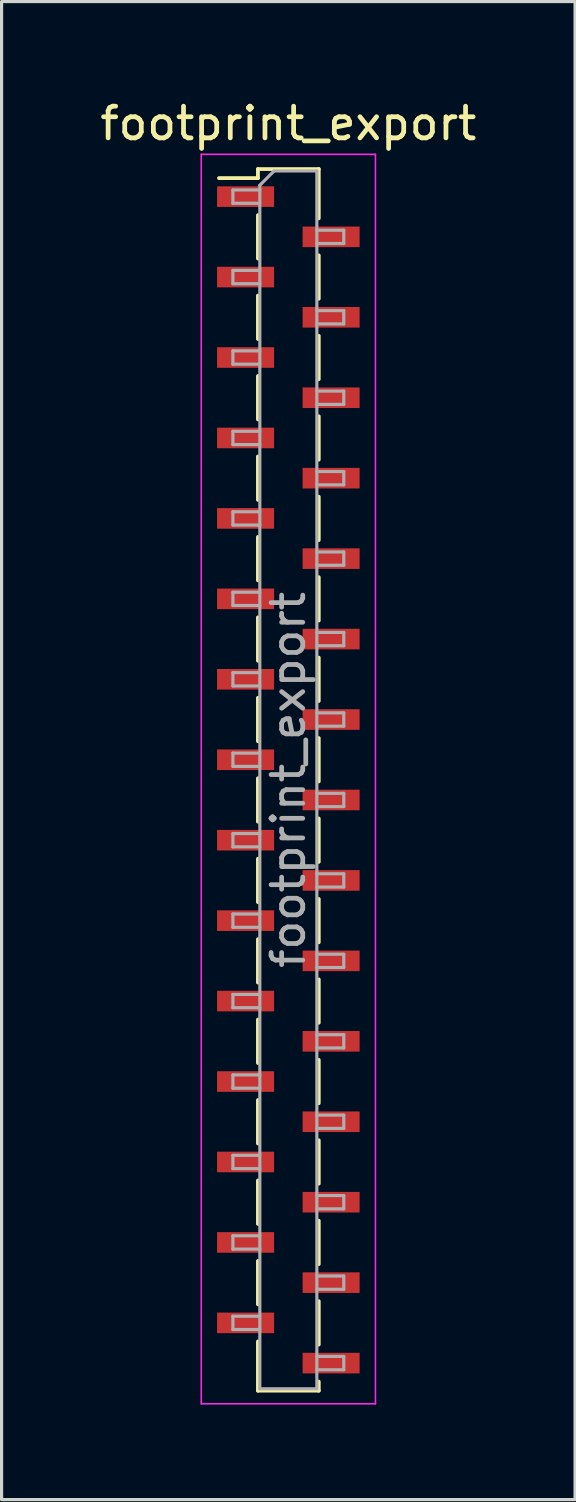
<source format=kicad_pcb>
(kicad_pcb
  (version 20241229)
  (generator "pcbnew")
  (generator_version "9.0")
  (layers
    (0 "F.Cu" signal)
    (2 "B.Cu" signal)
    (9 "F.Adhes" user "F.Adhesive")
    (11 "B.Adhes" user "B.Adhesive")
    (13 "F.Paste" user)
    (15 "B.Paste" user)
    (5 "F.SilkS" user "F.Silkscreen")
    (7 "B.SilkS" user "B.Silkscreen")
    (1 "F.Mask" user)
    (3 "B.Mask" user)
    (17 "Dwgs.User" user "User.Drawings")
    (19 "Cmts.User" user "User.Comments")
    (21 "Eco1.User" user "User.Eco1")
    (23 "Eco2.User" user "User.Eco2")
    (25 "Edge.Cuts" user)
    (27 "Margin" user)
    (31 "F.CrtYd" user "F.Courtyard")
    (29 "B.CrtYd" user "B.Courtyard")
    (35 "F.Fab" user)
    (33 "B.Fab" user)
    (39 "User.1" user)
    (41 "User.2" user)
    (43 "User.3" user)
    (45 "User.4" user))
  (footprint "footprint_export"
    (layer "F.Cu")
    (at 6.054 21.573)
    (property "Reference" "footprint_export" (at 0 -20.725 0) (layer "F.SilkS") (effects (font (size 1 1) (thickness 0.15))))
    (attr smd)
    (fp_line (start -2.19 -19) (end -0.96 -19) (stroke (width 0.12) (type solid)) (layer "F.SilkS"))
    (fp_line (start -0.96 -19.285) (end -0.96 -19) (stroke (width 0.12) (type solid)) (layer "F.SilkS"))
    (fp_line (start -0.96 -19.285) (end 0.96 -19.285) (stroke (width 0.12) (type solid)) (layer "F.SilkS"))
    (fp_line (start -0.96 -17.83) (end -0.96 -16.46) (stroke (width 0.12) (type solid)) (layer "F.SilkS"))
    (fp_line (start -0.96 -15.29) (end -0.96 -13.92) (stroke (width 0.12) (type solid)) (layer "F.SilkS"))
    (fp_line (start -0.96 -12.75) (end -0.96 -11.38) (stroke (width 0.12) (type solid)) (layer "F.SilkS"))
    (fp_line (start -0.96 -10.21) (end -0.96 -8.84) (stroke (width 0.12) (type solid)) (layer "F.SilkS"))
    (fp_line (start -0.96 -7.67) (end -0.96 -6.3) (stroke (width 0.12) (type solid)) (layer "F.SilkS"))
    (fp_line (start -0.96 -5.13) (end -0.96 -3.76) (stroke (width 0.12) (type solid)) (layer "F.SilkS"))
    (fp_line (start -0.96 -2.59) (end -0.96 -1.22) (stroke (width 0.12) (type solid)) (layer "F.SilkS"))
    (fp_line (start -0.96 -0.05) (end -0.96 1.32) (stroke (width 0.12) (type solid)) (layer "F.SilkS"))
    (fp_line (start -0.96 2.49) (end -0.96 3.86) (stroke (width 0.12) (type solid)) (layer "F.SilkS"))
    (fp_line (start -0.96 5.03) (end -0.96 6.4) (stroke (width 0.12) (type solid)) (layer "F.SilkS"))
    (fp_line (start -0.96 7.57) (end -0.96 8.94) (stroke (width 0.12) (type solid)) (layer "F.SilkS"))
    (fp_line (start -0.96 10.11) (end -0.96 11.48) (stroke (width 0.12) (type solid)) (layer "F.SilkS"))
    (fp_line (start -0.96 12.65) (end -0.96 14.02) (stroke (width 0.12) (type solid)) (layer "F.SilkS"))
    (fp_line (start -0.96 15.19) (end -0.96 16.56) (stroke (width 0.12) (type solid)) (layer "F.SilkS"))
    (fp_line (start -0.96 17.73) (end -0.96 19.285) (stroke (width 0.12) (type solid)) (layer "F.SilkS"))
    (fp_line (start -0.96 19.285) (end 0.96 19.285) (stroke (width 0.12) (type solid)) (layer "F.SilkS"))
    (fp_line (start 0.96 -19.285) (end 0.96 -17.73) (stroke (width 0.12) (type solid)) (layer "F.SilkS"))
    (fp_line (start 0.96 -16.56) (end 0.96 -15.19) (stroke (width 0.12) (type solid)) (layer "F.SilkS"))
    (fp_line (start 0.96 -14.02) (end 0.96 -12.65) (stroke (width 0.12) (type solid)) (layer "F.SilkS"))
    (fp_line (start 0.96 -11.48) (end 0.96 -10.11) (stroke (width 0.12) (type solid)) (layer "F.SilkS"))
    (fp_line (start 0.96 -8.94) (end 0.96 -7.57) (stroke (width 0.12) (type solid)) (layer "F.SilkS"))
    (fp_line (start 0.96 -6.4) (end 0.96 -5.03) (stroke (width 0.12) (type solid)) (layer "F.SilkS"))
    (fp_line (start 0.96 -3.86) (end 0.96 -2.49) (stroke (width 0.12) (type solid)) (layer "F.SilkS"))
    (fp_line (start 0.96 -1.32) (end 0.96 0.05) (stroke (width 0.12) (type solid)) (layer "F.SilkS"))
    (fp_line (start 0.96 1.22) (end 0.96 2.59) (stroke (width 0.12) (type solid)) (layer "F.SilkS"))
    (fp_line (start 0.96 3.76) (end 0.96 5.13) (stroke (width 0.12) (type solid)) (layer "F.SilkS"))
    (fp_line (start 0.96 6.3) (end 0.96 7.67) (stroke (width 0.12) (type solid)) (layer "F.SilkS"))
    (fp_line (start 0.96 8.84) (end 0.96 10.21) (stroke (width 0.12) (type solid)) (layer "F.SilkS"))
    (fp_line (start 0.96 11.38) (end 0.96 12.75) (stroke (width 0.12) (type solid)) (layer "F.SilkS"))
    (fp_line (start 0.96 13.92) (end 0.96 15.29) (stroke (width 0.12) (type solid)) (layer "F.SilkS"))
    (fp_line (start 0.96 16.46) (end 0.96 17.83) (stroke (width 0.12) (type solid)) (layer "F.SilkS"))
    (fp_line (start 0.96 19) (end 0.96 19.285) (stroke (width 0.12) (type solid)) (layer "F.SilkS"))
    (fp_line (start -2.75 -19.75) (end 2.75 -19.75) (stroke (width 0.05) (type solid)) (layer "F.CrtYd"))
    (fp_line (start -2.75 19.7) (end -2.75 -19.75) (stroke (width 0.05) (type solid)) (layer "F.CrtYd"))
    (fp_line (start 2.75 -19.75) (end 2.75 19.7) (stroke (width 0.05) (type solid)) (layer "F.CrtYd"))
    (fp_line (start 2.75 19.7) (end -2.75 19.7) (stroke (width 0.05) (type solid)) (layer "F.CrtYd"))
    (fp_line (start -1.75 -18.625) (end -0.9 -18.625) (stroke (width 0.1) (type solid)) (layer "F.Fab"))
    (fp_line (start -1.75 -18.205) (end -1.75 -18.625) (stroke (width 0.1) (type solid)) (layer "F.Fab"))
    (fp_line (start -1.75 -16.085) (end -0.9 -16.085) (stroke (width 0.1) (type solid)) (layer "F.Fab"))
    (fp_line (start -1.75 -15.665) (end -1.75 -16.085) (stroke (width 0.1) (type solid)) (layer "F.Fab"))
    (fp_line (start -1.75 -13.545) (end -0.9 -13.545) (stroke (width 0.1) (type solid)) (layer "F.Fab"))
    (fp_line (start -1.75 -13.125) (end -1.75 -13.545) (stroke (width 0.1) (type solid)) (layer "F.Fab"))
    (fp_line (start -1.75 -11.005) (end -0.9 -11.005) (stroke (width 0.1) (type solid)) (layer "F.Fab"))
    (fp_line (start -1.75 -10.585) (end -1.75 -11.005) (stroke (width 0.1) (type solid)) (layer "F.Fab"))
    (fp_line (start -1.75 -8.465) (end -0.9 -8.465) (stroke (width 0.1) (type solid)) (layer "F.Fab"))
    (fp_line (start -1.75 -8.045) (end -1.75 -8.465) (stroke (width 0.1) (type solid)) (layer "F.Fab"))
    (fp_line (start -1.75 -5.925) (end -0.9 -5.925) (stroke (width 0.1) (type solid)) (layer "F.Fab"))
    (fp_line (start -1.75 -5.505) (end -1.75 -5.925) (stroke (width 0.1) (type solid)) (layer "F.Fab"))
    (fp_line (start -1.75 -3.385) (end -0.9 -3.385) (stroke (width 0.1) (type solid)) (layer "F.Fab"))
    (fp_line (start -1.75 -2.965) (end -1.75 -3.385) (stroke (width 0.1) (type solid)) (layer "F.Fab"))
    (fp_line (start -1.75 -0.845) (end -0.9 -0.845) (stroke (width 0.1) (type solid)) (layer "F.Fab"))
    (fp_line (start -1.75 -0.425) (end -1.75 -0.845) (stroke (width 0.1) (type solid)) (layer "F.Fab"))
    (fp_line (start -1.75 1.695) (end -0.9 1.695) (stroke (width 0.1) (type solid)) (layer "F.Fab"))
    (fp_line (start -1.75 2.115) (end -1.75 1.695) (stroke (width 0.1) (type solid)) (layer "F.Fab"))
    (fp_line (start -1.75 4.235) (end -0.9 4.235) (stroke (width 0.1) (type solid)) (layer "F.Fab"))
    (fp_line (start -1.75 4.655) (end -1.75 4.235) (stroke (width 0.1) (type solid)) (layer "F.Fab"))
    (fp_line (start -1.75 6.775) (end -0.9 6.775) (stroke (width 0.1) (type solid)) (layer "F.Fab"))
    (fp_line (start -1.75 7.195) (end -1.75 6.775) (stroke (width 0.1) (type solid)) (layer "F.Fab"))
    (fp_line (start -1.75 9.315) (end -0.9 9.315) (stroke (width 0.1) (type solid)) (layer "F.Fab"))
    (fp_line (start -1.75 9.735) (end -1.75 9.315) (stroke (width 0.1) (type solid)) (layer "F.Fab"))
    (fp_line (start -1.75 11.855) (end -0.9 11.855) (stroke (width 0.1) (type solid)) (layer "F.Fab"))
    (fp_line (start -1.75 12.275) (end -1.75 11.855) (stroke (width 0.1) (type solid)) (layer "F.Fab"))
    (fp_line (start -1.75 14.395) (end -0.9 14.395) (stroke (width 0.1) (type solid)) (layer "F.Fab"))
    (fp_line (start -1.75 14.815) (end -1.75 14.395) (stroke (width 0.1) (type solid)) (layer "F.Fab"))
    (fp_line (start -1.75 16.935) (end -0.9 16.935) (stroke (width 0.1) (type solid)) (layer "F.Fab"))
    (fp_line (start -1.75 17.355) (end -1.75 16.935) (stroke (width 0.1) (type solid)) (layer "F.Fab"))
    (fp_line (start -0.9 -18.775) (end -0.45 -19.225) (stroke (width 0.1) (type solid)) (layer "F.Fab"))
    (fp_line (start -0.9 -18.205) (end -1.75 -18.205) (stroke (width 0.1) (type solid)) (layer "F.Fab"))
    (fp_line (start -0.9 -15.665) (end -1.75 -15.665) (stroke (width 0.1) (type solid)) (layer "F.Fab"))
    (fp_line (start -0.9 -13.125) (end -1.75 -13.125) (stroke (width 0.1) (type solid)) (layer "F.Fab"))
    (fp_line (start -0.9 -10.585) (end -1.75 -10.585) (stroke (width 0.1) (type solid)) (layer "F.Fab"))
    (fp_line (start -0.9 -8.045) (end -1.75 -8.045) (stroke (width 0.1) (type solid)) (layer "F.Fab"))
    (fp_line (start -0.9 -5.505) (end -1.75 -5.505) (stroke (width 0.1) (type solid)) (layer "F.Fab"))
    (fp_line (start -0.9 -2.965) (end -1.75 -2.965) (stroke (width 0.1) (type solid)) (layer "F.Fab"))
    (fp_line (start -0.9 -0.425) (end -1.75 -0.425) (stroke (width 0.1) (type solid)) (layer "F.Fab"))
    (fp_line (start -0.9 2.115) (end -1.75 2.115) (stroke (width 0.1) (type solid)) (layer "F.Fab"))
    (fp_line (start -0.9 4.655) (end -1.75 4.655) (stroke (width 0.1) (type solid)) (layer "F.Fab"))
    (fp_line (start -0.9 7.195) (end -1.75 7.195) (stroke (width 0.1) (type solid)) (layer "F.Fab"))
    (fp_line (start -0.9 9.735) (end -1.75 9.735) (stroke (width 0.1) (type solid)) (layer "F.Fab"))
    (fp_line (start -0.9 12.275) (end -1.75 12.275) (stroke (width 0.1) (type solid)) (layer "F.Fab"))
    (fp_line (start -0.9 14.815) (end -1.75 14.815) (stroke (width 0.1) (type solid)) (layer "F.Fab"))
    (fp_line (start -0.9 17.355) (end -1.75 17.355) (stroke (width 0.1) (type solid)) (layer "F.Fab"))
    (fp_line (start -0.9 19.225) (end -0.9 -18.775) (stroke (width 0.1) (type solid)) (layer "F.Fab"))
    (fp_line (start -0.45 -19.225) (end 0.9 -19.225) (stroke (width 0.1) (type solid)) (layer "F.Fab"))
    (fp_line (start 0.9 -19.225) (end 0.9 19.225) (stroke (width 0.1) (type solid)) (layer "F.Fab"))
    (fp_line (start 0.9 -17.355) (end 1.75 -17.355) (stroke (width 0.1) (type solid)) (layer "F.Fab"))
    (fp_line (start 0.9 -14.815) (end 1.75 -14.815) (stroke (width 0.1) (type solid)) (layer "F.Fab"))
    (fp_line (start 0.9 -12.275) (end 1.75 -12.275) (stroke (width 0.1) (type solid)) (layer "F.Fab"))
    (fp_line (start 0.9 -9.735) (end 1.75 -9.735) (stroke (width 0.1) (type solid)) (layer "F.Fab"))
    (fp_line (start 0.9 -7.195) (end 1.75 -7.195) (stroke (width 0.1) (type solid)) (layer "F.Fab"))
    (fp_line (start 0.9 -4.655) (end 1.75 -4.655) (stroke (width 0.1) (type solid)) (layer "F.Fab"))
    (fp_line (start 0.9 -2.115) (end 1.75 -2.115) (stroke (width 0.1) (type solid)) (layer "F.Fab"))
    (fp_line (start 0.9 0.425) (end 1.75 0.425) (stroke (width 0.1) (type solid)) (layer "F.Fab"))
    (fp_line (start 0.9 2.965) (end 1.75 2.965) (stroke (width 0.1) (type solid)) (layer "F.Fab"))
    (fp_line (start 0.9 5.505) (end 1.75 5.505) (stroke (width 0.1) (type solid)) (layer "F.Fab"))
    (fp_line (start 0.9 8.045) (end 1.75 8.045) (stroke (width 0.1) (type solid)) (layer "F.Fab"))
    (fp_line (start 0.9 10.585) (end 1.75 10.585) (stroke (width 0.1) (type solid)) (layer "F.Fab"))
    (fp_line (start 0.9 13.125) (end 1.75 13.125) (stroke (width 0.1) (type solid)) (layer "F.Fab"))
    (fp_line (start 0.9 15.665) (end 1.75 15.665) (stroke (width 0.1) (type solid)) (layer "F.Fab"))
    (fp_line (start 0.9 18.205) (end 1.75 18.205) (stroke (width 0.1) (type solid)) (layer "F.Fab"))
    (fp_line (start 0.9 19.225) (end -0.9 19.225) (stroke (width 0.1) (type solid)) (layer "F.Fab"))
    (fp_line (start 1.75 -17.355) (end 1.75 -16.935) (stroke (width 0.1) (type solid)) (layer "F.Fab"))
    (fp_line (start 1.75 -16.935) (end 0.9 -16.935) (stroke (width 0.1) (type solid)) (layer "F.Fab"))
    (fp_line (start 1.75 -14.815) (end 1.75 -14.395) (stroke (width 0.1) (type solid)) (layer "F.Fab"))
    (fp_line (start 1.75 -14.395) (end 0.9 -14.395) (stroke (width 0.1) (type solid)) (layer "F.Fab"))
    (fp_line (start 1.75 -12.275) (end 1.75 -11.855) (stroke (width 0.1) (type solid)) (layer "F.Fab"))
    (fp_line (start 1.75 -11.855) (end 0.9 -11.855) (stroke (width 0.1) (type solid)) (layer "F.Fab"))
    (fp_line (start 1.75 -9.735) (end 1.75 -9.315) (stroke (width 0.1) (type solid)) (layer "F.Fab"))
    (fp_line (start 1.75 -9.315) (end 0.9 -9.315) (stroke (width 0.1) (type solid)) (layer "F.Fab"))
    (fp_line (start 1.75 -7.195) (end 1.75 -6.775) (stroke (width 0.1) (type solid)) (layer "F.Fab"))
    (fp_line (start 1.75 -6.775) (end 0.9 -6.775) (stroke (width 0.1) (type solid)) (layer "F.Fab"))
    (fp_line (start 1.75 -4.655) (end 1.75 -4.235) (stroke (width 0.1) (type solid)) (layer "F.Fab"))
    (fp_line (start 1.75 -4.235) (end 0.9 -4.235) (stroke (width 0.1) (type solid)) (layer "F.Fab"))
    (fp_line (start 1.75 -2.115) (end 1.75 -1.695) (stroke (width 0.1) (type solid)) (layer "F.Fab"))
    (fp_line (start 1.75 -1.695) (end 0.9 -1.695) (stroke (width 0.1) (type solid)) (layer "F.Fab"))
    (fp_line (start 1.75 0.425) (end 1.75 0.845) (stroke (width 0.1) (type solid)) (layer "F.Fab"))
    (fp_line (start 1.75 0.845) (end 0.9 0.845) (stroke (width 0.1) (type solid)) (layer "F.Fab"))
    (fp_line (start 1.75 2.965) (end 1.75 3.385) (stroke (width 0.1) (type solid)) (layer "F.Fab"))
    (fp_line (start 1.75 3.385) (end 0.9 3.385) (stroke (width 0.1) (type solid)) (layer "F.Fab"))
    (fp_line (start 1.75 5.505) (end 1.75 5.925) (stroke (width 0.1) (type solid)) (layer "F.Fab"))
    (fp_line (start 1.75 5.925) (end 0.9 5.925) (stroke (width 0.1) (type solid)) (layer "F.Fab"))
    (fp_line (start 1.75 8.045) (end 1.75 8.465) (stroke (width 0.1) (type solid)) (layer "F.Fab"))
    (fp_line (start 1.75 8.465) (end 0.9 8.465) (stroke (width 0.1) (type solid)) (layer "F.Fab"))
    (fp_line (start 1.75 10.585) (end 1.75 11.005) (stroke (width 0.1) (type solid)) (layer "F.Fab"))
    (fp_line (start 1.75 11.005) (end 0.9 11.005) (stroke (width 0.1) (type solid)) (layer "F.Fab"))
    (fp_line (start 1.75 13.125) (end 1.75 13.545) (stroke (width 0.1) (type solid)) (layer "F.Fab"))
    (fp_line (start 1.75 13.545) (end 0.9 13.545) (stroke (width 0.1) (type solid)) (layer "F.Fab"))
    (fp_line (start 1.75 15.665) (end 1.75 16.085) (stroke (width 0.1) (type solid)) (layer "F.Fab"))
    (fp_line (start 1.75 16.085) (end 0.9 16.085) (stroke (width 0.1) (type solid)) (layer "F.Fab"))
    (fp_line (start 1.75 18.205) (end 1.75 18.625) (stroke (width 0.1) (type solid)) (layer "F.Fab"))
    (fp_line (start 1.75 18.625) (end 0.9 18.625) (stroke (width 0.1) (type solid)) (layer "F.Fab"))
    (fp_text user "${REFERENCE}" (at 0 0 90) (layer "F.Fab") (effects (font (size 1 1) (thickness 0.15))))
    (pad "1" smd rect (at -1.35 -18.415) (size 1.8 0.65) (layers "F.Cu" "F.Mask" "F.Paste"))
    (pad "2" smd rect (at 1.35 -17.145) (size 1.8 0.65) (layers "F.Cu" "F.Mask" "F.Paste"))
    (pad "3" smd rect (at -1.35 -15.875) (size 1.8 0.65) (layers "F.Cu" "F.Mask" "F.Paste"))
    (pad "4" smd rect (at 1.35 -14.605) (size 1.8 0.65) (layers "F.Cu" "F.Mask" "F.Paste"))
    (pad "5" smd rect (at -1.35 -13.335) (size 1.8 0.65) (layers "F.Cu" "F.Mask" "F.Paste"))
    (pad "6" smd rect (at 1.35 -12.065) (size 1.8 0.65) (layers "F.Cu" "F.Mask" "F.Paste"))
    (pad "7" smd rect (at -1.35 -10.795) (size 1.8 0.65) (layers "F.Cu" "F.Mask" "F.Paste"))
    (pad "8" smd rect (at 1.35 -9.525) (size 1.8 0.65) (layers "F.Cu" "F.Mask" "F.Paste"))
    (pad "9" smd rect (at -1.35 -8.255) (size 1.8 0.65) (layers "F.Cu" "F.Mask" "F.Paste"))
    (pad "10" smd rect (at 1.35 -6.985) (size 1.8 0.65) (layers "F.Cu" "F.Mask" "F.Paste"))
    (pad "11" smd rect (at -1.35 -5.715) (size 1.8 0.65) (layers "F.Cu" "F.Mask" "F.Paste"))
    (pad "12" smd rect (at 1.35 -4.445) (size 1.8 0.65) (layers "F.Cu" "F.Mask" "F.Paste"))
    (pad "13" smd rect (at -1.35 -3.175) (size 1.8 0.65) (layers "F.Cu" "F.Mask" "F.Paste"))
    (pad "14" smd rect (at 1.35 -1.905) (size 1.8 0.65) (layers "F.Cu" "F.Mask" "F.Paste"))
    (pad "15" smd rect (at -1.35 -0.635) (size 1.8 0.65) (layers "F.Cu" "F.Mask" "F.Paste"))
    (pad "16" smd rect (at 1.35 0.635) (size 1.8 0.65) (layers "F.Cu" "F.Mask" "F.Paste"))
    (pad "17" smd rect (at -1.35 1.905) (size 1.8 0.65) (layers "F.Cu" "F.Mask" "F.Paste"))
    (pad "18" smd rect (at 1.35 3.175) (size 1.8 0.65) (layers "F.Cu" "F.Mask" "F.Paste"))
    (pad "19" smd rect (at -1.35 4.445) (size 1.8 0.65) (layers "F.Cu" "F.Mask" "F.Paste"))
    (pad "20" smd rect (at 1.35 5.715) (size 1.8 0.65) (layers "F.Cu" "F.Mask" "F.Paste"))
    (pad "21" smd rect (at -1.35 6.985) (size 1.8 0.65) (layers "F.Cu" "F.Mask" "F.Paste"))
    (pad "22" smd rect (at 1.35 8.255) (size 1.8 0.65) (layers "F.Cu" "F.Mask" "F.Paste"))
    (pad "23" smd rect (at -1.35 9.525) (size 1.8 0.65) (layers "F.Cu" "F.Mask" "F.Paste"))
    (pad "24" smd rect (at 1.35 10.795) (size 1.8 0.65) (layers "F.Cu" "F.Mask" "F.Paste"))
    (pad "25" smd rect (at -1.35 12.065) (size 1.8 0.65) (layers "F.Cu" "F.Mask" "F.Paste"))
    (pad "26" smd rect (at 1.35 13.335) (size 1.8 0.65) (layers "F.Cu" "F.Mask" "F.Paste"))
    (pad "27" smd rect (at -1.35 14.605) (size 1.8 0.65) (layers "F.Cu" "F.Mask" "F.Paste"))
    (pad "28" smd rect (at 1.35 15.875) (size 1.8 0.65) (layers "F.Cu" "F.Mask" "F.Paste"))
    (pad "29" smd rect (at -1.35 17.145) (size 1.8 0.65) (layers "F.Cu" "F.Mask" "F.Paste"))
    (pad "30" smd rect (at 1.35 18.415) (size 1.8 0.65) (layers "F.Cu" "F.Mask" "F.Paste")))
  (gr_rect
    (start -3 -3)
    (end 15.107 44.298)
    (stroke (width 0.1) (type default))
    (fill no)
    (layer "Edge.Cuts")))
</source>
